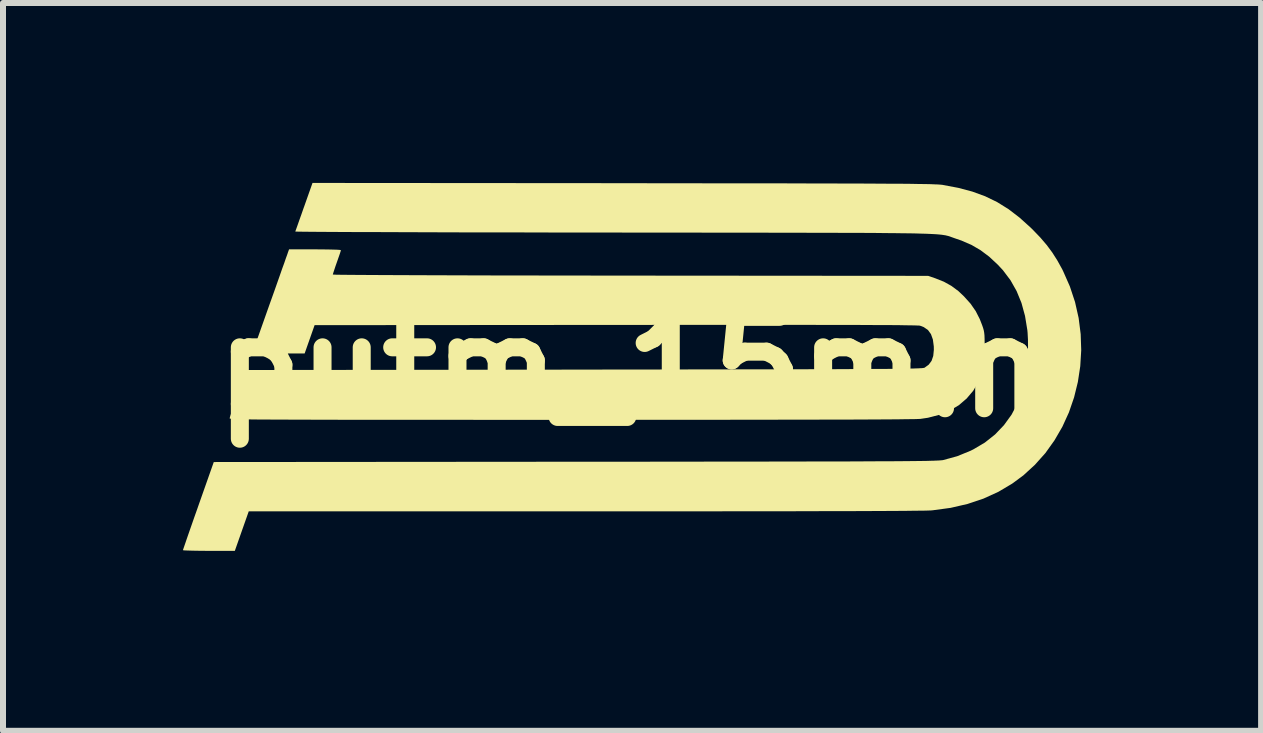
<source format=kicad_pcb>
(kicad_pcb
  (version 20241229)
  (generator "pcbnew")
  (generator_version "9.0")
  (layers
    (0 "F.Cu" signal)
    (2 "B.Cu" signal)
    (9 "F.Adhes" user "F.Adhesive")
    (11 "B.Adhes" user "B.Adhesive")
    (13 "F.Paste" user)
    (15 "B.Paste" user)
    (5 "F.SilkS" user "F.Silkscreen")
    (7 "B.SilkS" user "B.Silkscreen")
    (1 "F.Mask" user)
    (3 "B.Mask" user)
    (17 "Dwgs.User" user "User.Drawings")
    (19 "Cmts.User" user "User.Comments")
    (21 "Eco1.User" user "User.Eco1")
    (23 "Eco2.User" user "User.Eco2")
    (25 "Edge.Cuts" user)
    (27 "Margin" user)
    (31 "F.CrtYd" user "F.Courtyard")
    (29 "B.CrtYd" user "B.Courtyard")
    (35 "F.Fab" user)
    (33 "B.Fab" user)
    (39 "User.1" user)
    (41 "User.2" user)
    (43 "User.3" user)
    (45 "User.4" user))
  (footprint "putm_15mm"
    (layer "F.Cu")
    (at 7.48 3.067)
    (property "Reference" "putm_15mm" (at 0 0 0) (layer "F.SilkS") (effects (font (size 1.524 1.524) (thickness 0.3))))
    (attr board_only exclude_from_pos_files exclude_from_bom)
    (fp_poly (pts (xy -5.168 -1.959) (xy -5.068 -1.958) (xy -4.982 -1.956) (xy -4.914 -1.954) (xy -4.868 -1.951) (xy -4.847 -1.947) (xy -4.847 -1.946) (xy -4.851 -1.928) (xy -4.864 -1.887) (xy -4.884 -1.83) (xy -4.908 -1.761) (xy -4.914 -1.744) (xy -4.939 -1.673) (xy -4.959 -1.612) (xy -4.974 -1.566) (xy -4.981 -1.542) (xy -4.981 -1.54) (xy -4.966 -1.539) (xy -4.922 -1.537) (xy -4.85 -1.536) (xy -4.749 -1.535) (xy -4.621 -1.534) (xy -4.466 -1.533) (xy -4.286 -1.532) (xy -4.08 -1.531) (xy -3.849 -1.53) (xy -3.595 -1.529) (xy -3.317 -1.528) (xy -3.016 -1.527) (xy -2.693 -1.526) (xy -2.349 -1.525) (xy -1.984 -1.525) (xy -1.599 -1.524) (xy -1.195 -1.523) (xy -0.772 -1.523) (xy -0.331 -1.522) (xy -0.019 -1.522) (xy 4.944 -1.518) (xy 5.064 -1.477) (xy 5.207 -1.42) (xy 5.331 -1.351) (xy 5.447 -1.265) (xy 5.542 -1.175) (xy 5.651 -1.054) (xy 5.737 -0.93) (xy 5.805 -0.796) (xy 5.844 -0.696) (xy 5.86 -0.65) (xy 5.871 -0.611) (xy 5.878 -0.572) (xy 5.883 -0.526) (xy 5.885 -0.468) (xy 5.886 -0.391) (xy 5.886 -0.314) (xy 5.885 -0.192) (xy 5.88 -0.093) (xy 5.871 -0.011) (xy 5.855 0.063) (xy 5.832 0.133) (xy 5.801 0.208) (xy 5.783 0.247) (xy 5.696 0.397) (xy 5.586 0.527) (xy 5.455 0.639) (xy 5.302 0.729) (xy 5.13 0.799) (xy 4.94 0.848) (xy 4.812 0.867) (xy 4.785 0.868) (xy 4.735 0.87) (xy 4.661 0.871) (xy 4.562 0.872) (xy 4.438 0.874) (xy 4.288 0.875) (xy 4.114 0.876) (xy 3.913 0.877) (xy 3.687 0.878) (xy 3.434 0.878) (xy 3.154 0.879) (xy 2.848 0.88) (xy 2.514 0.88) (xy 2.152 0.881) (xy 1.763 0.881) (xy 1.345 0.882) (xy 0.899 0.882) (xy 0.425 0.882) (xy -0.079 0.882) (xy -0.613 0.883) (xy -1.017 0.883) (xy -1.508 0.883) (xy -1.969 0.883) (xy -2.403 0.883) (xy -2.81 0.882) (xy -3.19 0.882) (xy -3.544 0.882) (xy -3.874 0.882) (xy -4.181 0.882) (xy -4.464 0.882) (xy -4.725 0.882) (xy -4.966 0.881) (xy -5.186 0.881) (xy -5.387 0.88) (xy -5.569 0.88) (xy -5.734 0.879) (xy -5.882 0.879) (xy -6.014 0.878) (xy -6.131 0.877) (xy -6.234 0.877) (xy -6.325 0.876) (xy -6.402 0.875) (xy -6.469 0.874) (xy -6.525 0.872) (xy -6.571 0.871) (xy -6.609 0.87) (xy -6.638 0.868) (xy -6.661 0.866) (xy -6.678 0.865) (xy -6.689 0.863) (xy -6.696 0.861) (xy -6.7 0.859) (xy -6.701 0.857) (xy -6.701 0.856) (xy -6.696 0.836) (xy -6.682 0.791) (xy -6.66 0.726) (xy -6.633 0.644) (xy -6.6 0.55) (xy -6.564 0.448) (xy -6.562 0.441) (xy -6.423 0.052) (xy -0.792 0.045) (xy -0.303 0.044) (xy 0.157 0.044) (xy 0.589 0.043) (xy 0.994 0.042) (xy 1.372 0.042) (xy 1.725 0.041) (xy 2.054 0.041) (xy 2.358 0.04) (xy 2.64 0.039) (xy 2.9 0.039) (xy 3.139 0.038) (xy 3.358 0.038) (xy 3.558 0.037) (xy 3.739 0.036) (xy 3.903 0.035) (xy 4.051 0.034) (xy 4.182 0.034) (xy 4.299 0.033) (xy 4.403 0.032) (xy 4.493 0.031) (xy 4.571 0.029) (xy 4.638 0.028) (xy 4.694 0.027) (xy 4.742 0.025) (xy 4.78 0.024) (xy 4.812 0.022) (xy 4.836 0.021) (xy 4.854 0.019) (xy 4.868 0.017) (xy 4.878 0.015) (xy 4.884 0.013) (xy 4.886 0.012) (xy 4.954 -0.038) (xy 5.001 -0.101) (xy 5.029 -0.183) (xy 5.039 -0.285) (xy 5.038 -0.342) (xy 5.023 -0.456) (xy 4.991 -0.546) (xy 4.941 -0.615) (xy 4.87 -0.664) (xy 4.809 -0.687) (xy 4.795 -0.689) (xy 4.765 -0.69) (xy 4.717 -0.692) (xy 4.652 -0.693) (xy 4.568 -0.694) (xy 4.465 -0.696) (xy 4.342 -0.697) (xy 4.199 -0.697) (xy 4.036 -0.698) (xy 3.85 -0.699) (xy 3.643 -0.7) (xy 3.412 -0.7) (xy 3.158 -0.7) (xy 2.88 -0.701) (xy 2.576 -0.701) (xy 2.248 -0.701) (xy 1.893 -0.701) (xy 1.512 -0.701) (xy 1.103 -0.701) (xy 0.666 -0.701) (xy 0.201 -0.7) (xy -0.268 -0.7) (xy -5.285 -0.696) (xy -5.368 -0.46) (xy -5.451 -0.224) (xy -6.326 -0.224) (xy -6.306 -0.28) (xy -6.296 -0.309) (xy -6.277 -0.363) (xy -6.25 -0.438) (xy -6.217 -0.53) (xy -6.179 -0.638) (xy -6.137 -0.757) (xy -6.092 -0.884) (xy -6.045 -1.017) (xy -5.997 -1.151) (xy -5.95 -1.283) (xy -5.905 -1.411) (xy -5.863 -1.53) (xy -5.825 -1.639) (xy -5.791 -1.732) (xy -5.765 -1.808) (xy -5.745 -1.863) (xy -5.734 -1.894) (xy -5.734 -1.896) (xy -5.711 -1.96) (xy -5.279 -1.96)) (stroke (width 0) (type solid)) (fill yes) (layer "F.SilkS"))
    (fp_poly (pts (xy -0.143 -3.063) (xy 0.327 -3.062) (xy 0.769 -3.062) (xy 1.182 -3.061) (xy 1.569 -3.061) (xy 1.929 -3.06) (xy 2.264 -3.06) (xy 2.575 -3.06) (xy 2.862 -3.059) (xy 3.127 -3.058) (xy 3.371 -3.058) (xy 3.594 -3.057) (xy 3.798 -3.057) (xy 3.983 -3.056) (xy 4.15 -3.055) (xy 4.301 -3.054) (xy 4.436 -3.054) (xy 4.557 -3.053) (xy 4.663 -3.052) (xy 4.757 -3.05) (xy 4.838 -3.049) (xy 4.909 -3.048) (xy 4.969 -3.047) (xy 5.021 -3.045) (xy 5.064 -3.043) (xy 5.1 -3.042) (xy 5.129 -3.04) (xy 5.154 -3.038) (xy 5.174 -3.036) (xy 5.19 -3.034) (xy 5.192 -3.033) (xy 5.447 -2.985) (xy 5.68 -2.923) (xy 5.894 -2.845) (xy 6.094 -2.748) (xy 6.284 -2.63) (xy 6.468 -2.489) (xy 6.651 -2.324) (xy 6.687 -2.289) (xy 6.814 -2.157) (xy 6.921 -2.032) (xy 7.013 -1.908) (xy 7.097 -1.776) (xy 7.179 -1.628) (xy 7.195 -1.595) (xy 7.307 -1.341) (xy 7.393 -1.081) (xy 7.453 -0.815) (xy 7.487 -0.547) (xy 7.496 -0.279) (xy 7.48 -0.012) (xy 7.44 0.251) (xy 7.377 0.508) (xy 7.291 0.758) (xy 7.182 0.997) (xy 7.051 1.223) (xy 6.899 1.436) (xy 6.725 1.631) (xy 6.532 1.808) (xy 6.345 1.946) (xy 6.114 2.083) (xy 5.866 2.196) (xy 5.6 2.285) (xy 5.319 2.35) (xy 5.023 2.39) (xy 4.992 2.393) (xy 4.959 2.394) (xy 4.9 2.396) (xy 4.814 2.397) (xy 4.702 2.398) (xy 4.563 2.4) (xy 4.398 2.401) (xy 4.204 2.402) (xy 3.984 2.403) (xy 3.736 2.404) (xy 3.46 2.405) (xy 3.156 2.405) (xy 2.824 2.406) (xy 2.463 2.407) (xy 2.074 2.407) (xy 1.656 2.407) (xy 1.209 2.408) (xy 0.733 2.408) (xy 0.228 2.408) (xy -0.307 2.408) (xy -0.792 2.408) (xy -6.383 2.408) (xy -6.499 2.737) (xy -6.615 3.067) (xy -7.047 3.067) (xy -7.158 3.066) (xy -7.257 3.065) (xy -7.343 3.063) (xy -7.411 3.061) (xy -7.458 3.059) (xy -7.479 3.056) (xy -7.48 3.055) (xy -7.475 3.039) (xy -7.461 2.998) (xy -7.439 2.934) (xy -7.41 2.849) (xy -7.375 2.748) (xy -7.334 2.631) (xy -7.289 2.502) (xy -7.24 2.364) (xy -7.223 2.315) (xy -6.966 1.586) (xy -0.944 1.581) (xy -0.436 1.581) (xy 0.043 1.581) (xy 0.494 1.58) (xy 0.918 1.58) (xy 1.315 1.579) (xy 1.686 1.579) (xy 2.033 1.579) (xy 2.356 1.578) (xy 2.656 1.578) (xy 2.934 1.577) (xy 3.191 1.577) (xy 3.427 1.576) (xy 3.643 1.576) (xy 3.841 1.575) (xy 4.021 1.574) (xy 4.185 1.573) (xy 4.332 1.573) (xy 4.464 1.572) (xy 4.581 1.571) (xy 4.686 1.57) (xy 4.777 1.569) (xy 4.857 1.568) (xy 4.926 1.567) (xy 4.985 1.565) (xy 5.034 1.564) (xy 5.076 1.562) (xy 5.11 1.561) (xy 5.138 1.559) (xy 5.159 1.557) (xy 5.176 1.556) (xy 5.189 1.554) (xy 5.194 1.553) (xy 5.428 1.489) (xy 5.651 1.398) (xy 5.699 1.374) (xy 5.89 1.261) (xy 6.06 1.126) (xy 6.208 0.971) (xy 6.334 0.797) (xy 6.437 0.603) (xy 6.517 0.392) (xy 6.573 0.163) (xy 6.575 0.155) (xy 6.589 0.057) (xy 6.599 -0.063) (xy 6.606 -0.194) (xy 6.609 -0.328) (xy 6.608 -0.456) (xy 6.602 -0.568) (xy 6.598 -0.612) (xy 6.559 -0.85) (xy 6.5 -1.066) (xy 6.419 -1.264) (xy 6.316 -1.446) (xy 6.19 -1.613) (xy 6.103 -1.706) (xy 5.96 -1.839) (xy 5.817 -1.946) (xy 5.666 -2.034) (xy 5.5 -2.106) (xy 5.404 -2.139) (xy 5.378 -2.148) (xy 5.356 -2.156) (xy 5.336 -2.163) (xy 5.317 -2.17) (xy 5.298 -2.177) (xy 5.278 -2.183) (xy 5.256 -2.188) (xy 5.232 -2.194) (xy 5.204 -2.198) (xy 5.172 -2.203) (xy 5.134 -2.207) (xy 5.089 -2.211) (xy 5.037 -2.214) (xy 4.977 -2.217) (xy 4.907 -2.22) (xy 4.828 -2.222) (xy 4.737 -2.225) (xy 4.634 -2.227) (xy 4.518 -2.228) (xy 4.387 -2.23) (xy 4.242 -2.231) (xy 4.081 -2.233) (xy 3.903 -2.234) (xy 3.708 -2.235) (xy 3.493 -2.235) (xy 3.259 -2.236) (xy 3.005 -2.236) (xy 2.728 -2.237) (xy 2.43 -2.237) (xy 2.107 -2.238) (xy 1.761 -2.238) (xy 1.389 -2.238) (xy 0.991 -2.239) (xy 0.565 -2.239) (xy 0.111 -2.239) (xy -0.297 -2.24) (xy -0.693 -2.24) (xy -1.083 -2.24) (xy -1.463 -2.241) (xy -1.833 -2.242) (xy -2.193 -2.242) (xy -2.541 -2.243) (xy -2.875 -2.243) (xy -3.196 -2.244) (xy -3.501 -2.245) (xy -3.79 -2.246) (xy -4.062 -2.247) (xy -4.315 -2.248) (xy -4.549 -2.248) (xy -4.763 -2.249) (xy -4.955 -2.25) (xy -5.124 -2.251) (xy -5.27 -2.252) (xy -5.391 -2.253) (xy -5.486 -2.254) (xy -5.555 -2.255) (xy -5.595 -2.256) (xy -5.607 -2.257) (xy -5.601 -2.274) (xy -5.586 -2.315) (xy -5.564 -2.377) (xy -5.536 -2.457) (xy -5.503 -2.549) (xy -5.467 -2.652) (xy -5.461 -2.668) (xy -5.32 -3.067)) (stroke (width 0) (type solid)) (fill yes) (layer "F.SilkS")))
  (gr_rect
    (start -3 -3)
    (end 17.975 9.134)
    (stroke (width 0.1) (type default))
    (fill no)
    (layer "Edge.Cuts")))
</source>
